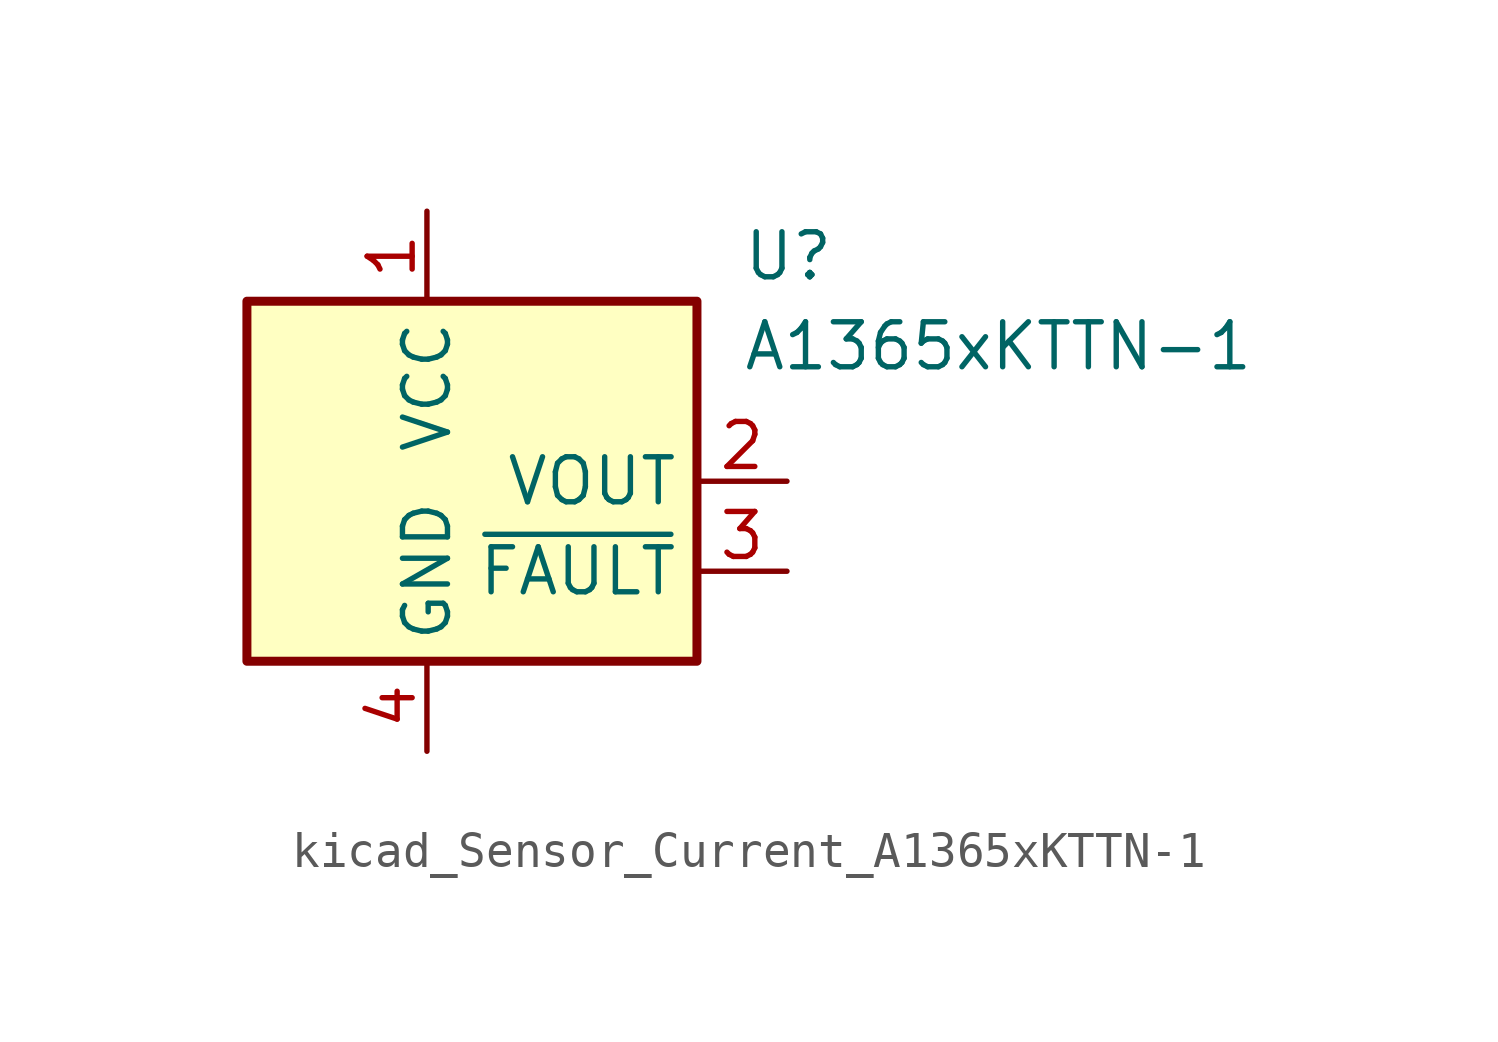
<source format=kicad_sym>
(kicad_symbol_lib
  (version 20220914)
  (generator kicad_symbol_editor)
  (symbol "kicad_Sensor_Current_A1365xKTTN-1"
    (property "Reference" "U"
      (at 8.89 6.35 0)
      (effects (font (size 1.27 1.27)) (justify left)))
    (property "Value" "A1365xKTTN-1"
      (at 8.89 3.81 0)
      (effects (font (size 1.27 1.27)) (justify left)))
    (symbol "kicad_Sensor_Current_A1365xKTTN-1_0_1"
      (rectangle (start -5.08 5.08) (end 7.62 -5.08) (stroke (width 0.254) (type default)) (fill (type background))))
    (symbol "kicad_Sensor_Current_A1365xKTTN-1_1_1"
      (pin power_in line (at 0 7.62 270) (length 2.54) (name "VCC" (effects (font (size 1.27 1.27)))) (number "1" (effects (font (size 1.27 1.27)))))
      (pin output line (at 10.16 0 180) (length 2.54) (name "VOUT" (effects (font (size 1.27 1.27)))) (number "2" (effects (font (size 1.27 1.27)))))
      (pin output line (at 10.16 -2.54 180) (length 2.54) (name "~{FAULT}" (effects (font (size 1.27 1.27)))) (number "3" (effects (font (size 1.27 1.27)))))
      (pin power_in line (at 0 -7.62 90) (length 2.54) (name "GND" (effects (font (size 1.27 1.27)))) (number "4" (effects (font (size 1.27 1.27))))))))
</source>
